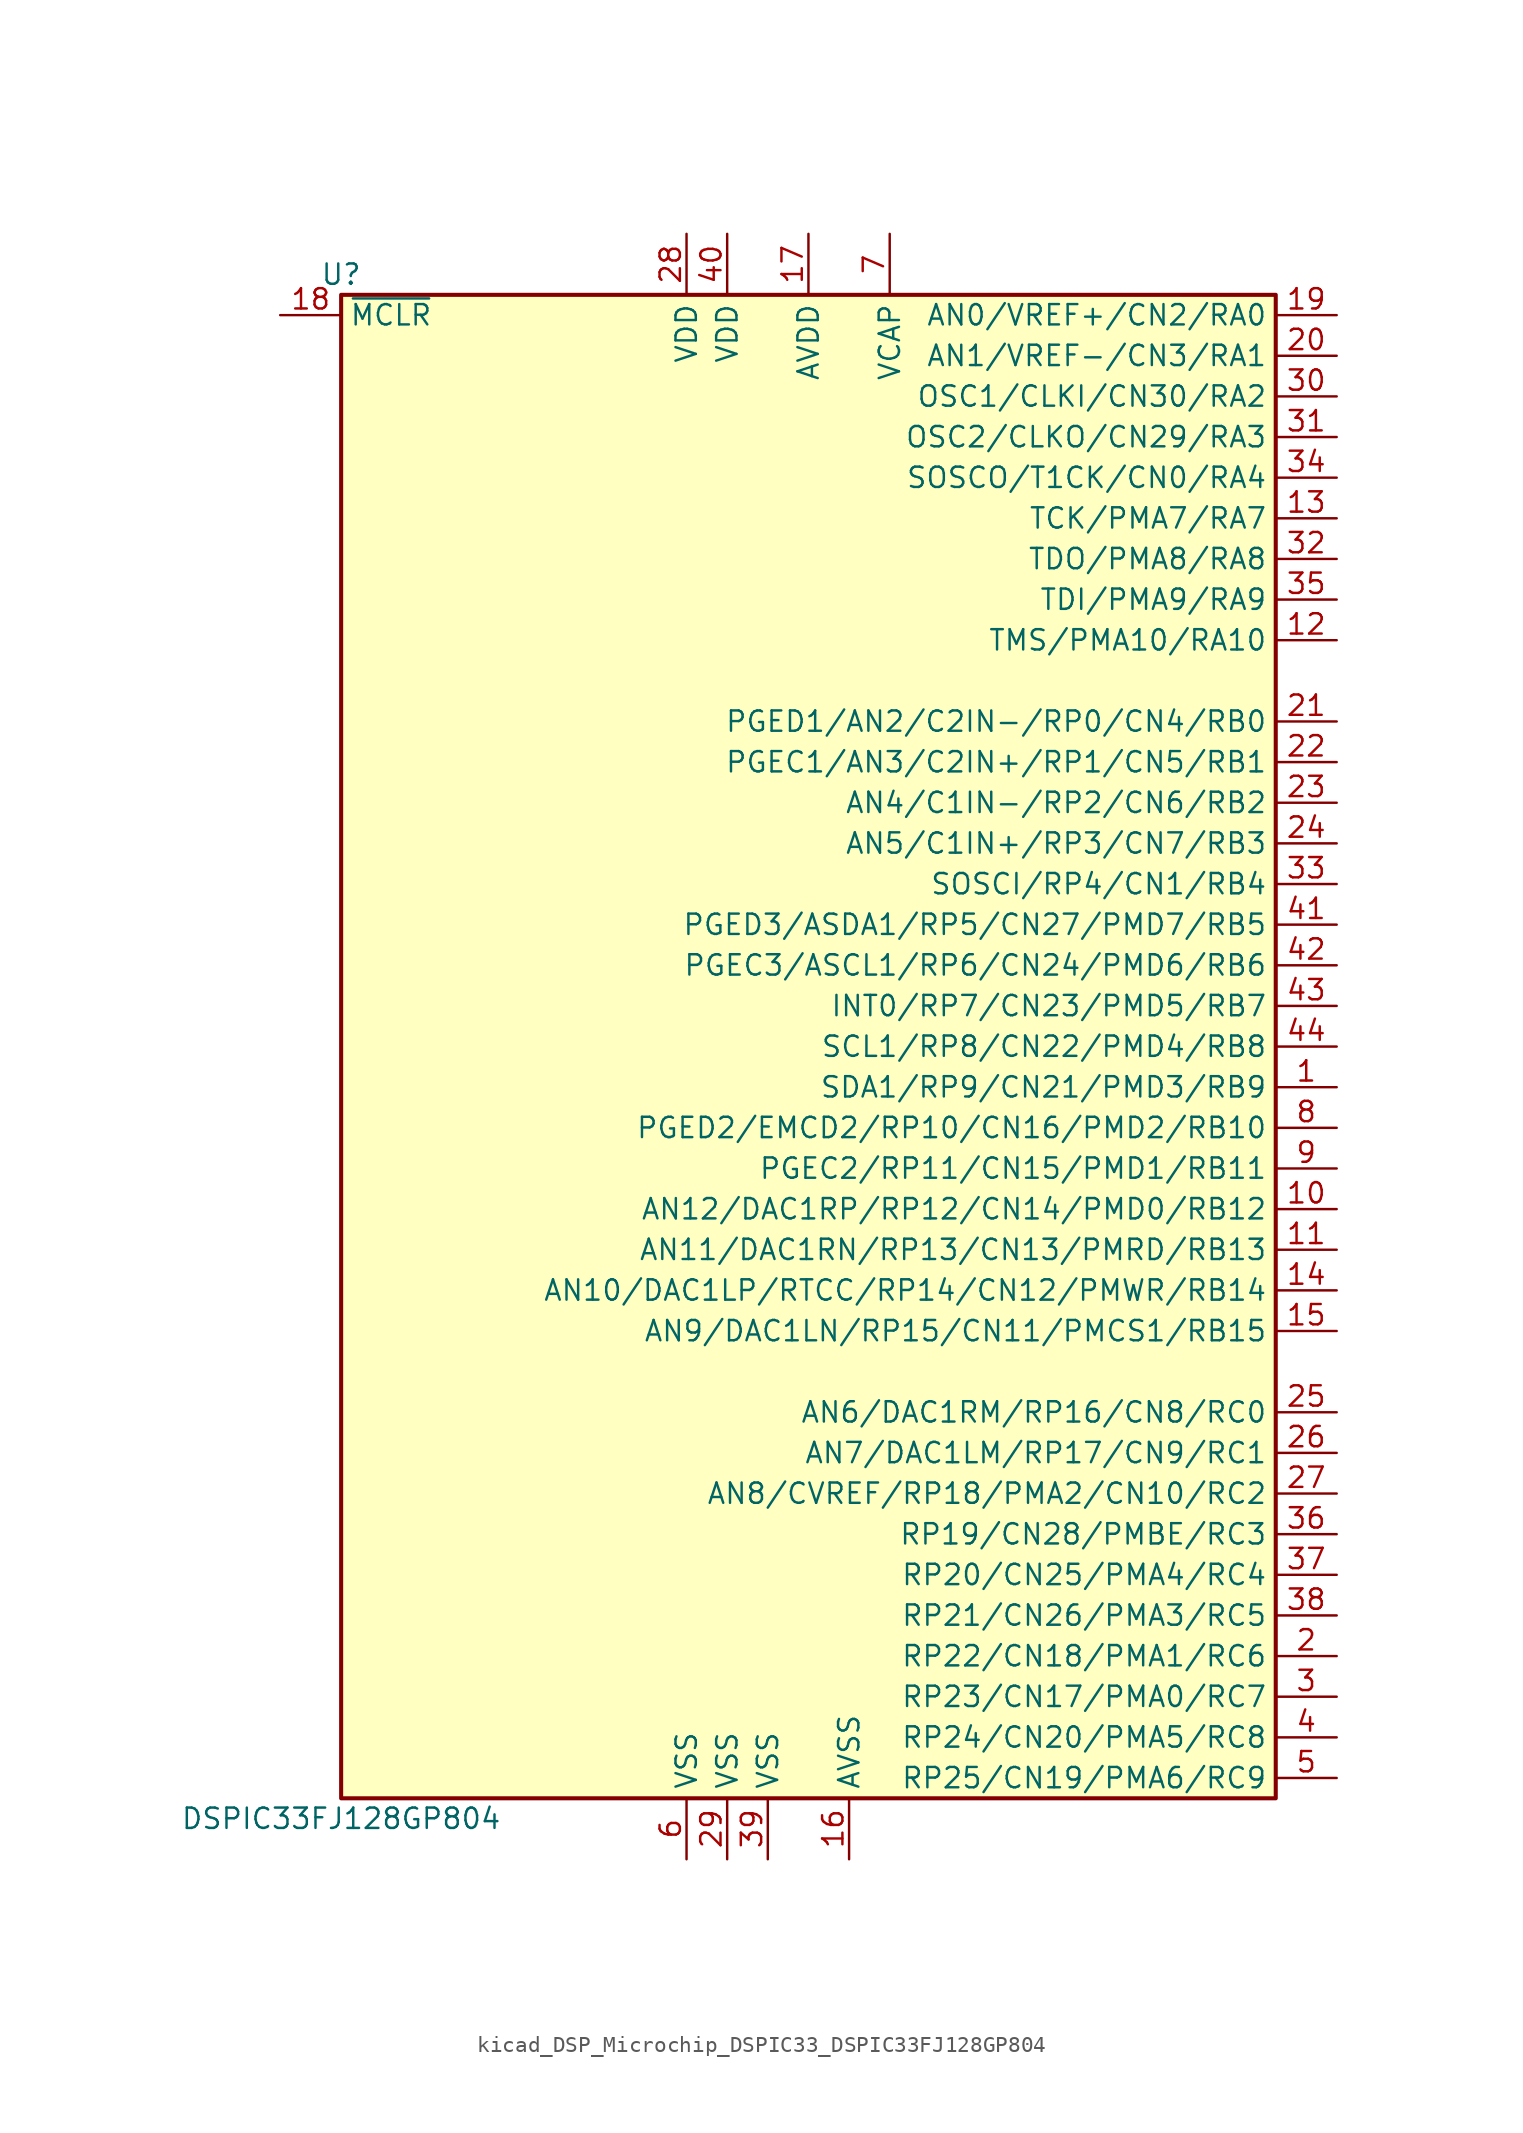
<source format=kicad_sym>
(kicad_symbol_lib
  (version 20220914)
  (generator kicad_symbol_editor)
  (symbol "kicad_DSP_Microchip_DSPIC33_DSPIC33FJ128GP804"
    (property "Reference" "U"
      (at -29.21 48.26 0)
      (effects (font (size 1.27 1.27))))
    (property "Value" "DSPIC33FJ128GP804"
      (at -29.21 -48.26 0)
      (effects (font (size 1.27 1.27))))
    (symbol "kicad_DSP_Microchip_DSPIC33_DSPIC33FJ128GP804_1_1"
      (rectangle (start -29.21 46.99) (end 29.21 -46.99) (stroke (width 0.254) (type default)) (fill (type background)))
      (pin bidirectional line (at 33.02 -2.54 180) (length 3.81) (name "SDA1/RP9/CN21/PMD3/RB9" (effects (font (size 1.27 1.27)))) (number "1" (effects (font (size 1.27 1.27)))))
      (pin bidirectional line (at 33.02 -10.16 180) (length 3.81) (name "AN12/DAC1RP/RP12/CN14/PMD0/RB12" (effects (font (size 1.27 1.27)))) (number "10" (effects (font (size 1.27 1.27)))))
      (pin bidirectional line (at 33.02 -12.7 180) (length 3.81) (name "AN11/DAC1RN/RP13/CN13/PMRD/RB13" (effects (font (size 1.27 1.27)))) (number "11" (effects (font (size 1.27 1.27)))))
      (pin bidirectional line (at 33.02 25.4 180) (length 3.81) (name "TMS/PMA10/RA10" (effects (font (size 1.27 1.27)))) (number "12" (effects (font (size 1.27 1.27)))))
      (pin bidirectional line (at 33.02 33.02 180) (length 3.81) (name "TCK/PMA7/RA7" (effects (font (size 1.27 1.27)))) (number "13" (effects (font (size 1.27 1.27)))))
      (pin bidirectional line (at 33.02 -15.24 180) (length 3.81) (name "AN10/DAC1LP/RTCC/RP14/CN12/PMWR/RB14" (effects (font (size 1.27 1.27)))) (number "14" (effects (font (size 1.27 1.27)))))
      (pin bidirectional line (at 33.02 -17.78 180) (length 3.81) (name "AN9/DAC1LN/RP15/CN11/PMCS1/RB15" (effects (font (size 1.27 1.27)))) (number "15" (effects (font (size 1.27 1.27)))))
      (pin power_in line (at 2.54 -50.8 90) (length 3.81) (name "AVSS" (effects (font (size 1.27 1.27)))) (number "16" (effects (font (size 1.27 1.27)))))
      (pin power_in line (at 0 50.8 270) (length 3.81) (name "AVDD" (effects (font (size 1.27 1.27)))) (number "17" (effects (font (size 1.27 1.27)))))
      (pin input line (at -33.02 45.72 0) (length 3.81) (name "~{MCLR}" (effects (font (size 1.27 1.27)))) (number "18" (effects (font (size 1.27 1.27)))))
      (pin bidirectional line (at 33.02 45.72 180) (length 3.81) (name "AN0/VREF+/CN2/RA0" (effects (font (size 1.27 1.27)))) (number "19" (effects (font (size 1.27 1.27)))))
      (pin bidirectional line (at 33.02 -38.1 180) (length 3.81) (name "RP22/CN18/PMA1/RC6" (effects (font (size 1.27 1.27)))) (number "2" (effects (font (size 1.27 1.27)))))
      (pin bidirectional line (at 33.02 43.18 180) (length 3.81) (name "AN1/VREF-/CN3/RA1" (effects (font (size 1.27 1.27)))) (number "20" (effects (font (size 1.27 1.27)))))
      (pin bidirectional line (at 33.02 20.32 180) (length 3.81) (name "PGED1/AN2/C2IN-/RP0/CN4/RB0" (effects (font (size 1.27 1.27)))) (number "21" (effects (font (size 1.27 1.27)))))
      (pin bidirectional line (at 33.02 17.78 180) (length 3.81) (name "PGEC1/AN3/C2IN+/RP1/CN5/RB1" (effects (font (size 1.27 1.27)))) (number "22" (effects (font (size 1.27 1.27)))))
      (pin bidirectional line (at 33.02 15.24 180) (length 3.81) (name "AN4/C1IN-/RP2/CN6/RB2" (effects (font (size 1.27 1.27)))) (number "23" (effects (font (size 1.27 1.27)))))
      (pin bidirectional line (at 33.02 12.7 180) (length 3.81) (name "AN5/C1IN+/RP3/CN7/RB3" (effects (font (size 1.27 1.27)))) (number "24" (effects (font (size 1.27 1.27)))))
      (pin bidirectional line (at 33.02 -22.86 180) (length 3.81) (name "AN6/DAC1RM/RP16/CN8/RC0" (effects (font (size 1.27 1.27)))) (number "25" (effects (font (size 1.27 1.27)))))
      (pin bidirectional line (at 33.02 -25.4 180) (length 3.81) (name "AN7/DAC1LM/RP17/CN9/RC1" (effects (font (size 1.27 1.27)))) (number "26" (effects (font (size 1.27 1.27)))))
      (pin bidirectional line (at 33.02 -27.94 180) (length 3.81) (name "AN8/CVREF/RP18/PMA2/CN10/RC2" (effects (font (size 1.27 1.27)))) (number "27" (effects (font (size 1.27 1.27)))))
      (pin power_in line (at -7.62 50.8 270) (length 3.81) (name "VDD" (effects (font (size 1.27 1.27)))) (number "28" (effects (font (size 1.27 1.27)))))
      (pin power_in line (at -5.08 -50.8 90) (length 3.81) (name "VSS" (effects (font (size 1.27 1.27)))) (number "29" (effects (font (size 1.27 1.27)))))
      (pin bidirectional line (at 33.02 -40.64 180) (length 3.81) (name "RP23/CN17/PMA0/RC7" (effects (font (size 1.27 1.27)))) (number "3" (effects (font (size 1.27 1.27)))))
      (pin input line (at 33.02 40.64 180) (length 3.81) (name "OSC1/CLKI/CN30/RA2" (effects (font (size 1.27 1.27)))) (number "30" (effects (font (size 1.27 1.27)))))
      (pin input line (at 33.02 38.1 180) (length 3.81) (name "OSC2/CLKO/CN29/RA3" (effects (font (size 1.27 1.27)))) (number "31" (effects (font (size 1.27 1.27)))))
      (pin input line (at 33.02 30.48 180) (length 3.81) (name "TDO/PMA8/RA8" (effects (font (size 1.27 1.27)))) (number "32" (effects (font (size 1.27 1.27)))))
      (pin input line (at 33.02 10.16 180) (length 3.81) (name "SOSCI/RP4/CN1/RB4" (effects (font (size 1.27 1.27)))) (number "33" (effects (font (size 1.27 1.27)))))
      (pin input line (at 33.02 35.56 180) (length 3.81) (name "SOSCO/T1CK/CN0/RA4" (effects (font (size 1.27 1.27)))) (number "34" (effects (font (size 1.27 1.27)))))
      (pin input line (at 33.02 27.94 180) (length 3.81) (name "TDI/PMA9/RA9" (effects (font (size 1.27 1.27)))) (number "35" (effects (font (size 1.27 1.27)))))
      (pin input line (at 33.02 -30.48 180) (length 3.81) (name "RP19/CN28/PMBE/RC3" (effects (font (size 1.27 1.27)))) (number "36" (effects (font (size 1.27 1.27)))))
      (pin input line (at 33.02 -33.02 180) (length 3.81) (name "RP20/CN25/PMA4/RC4" (effects (font (size 1.27 1.27)))) (number "37" (effects (font (size 1.27 1.27)))))
      (pin input line (at 33.02 -35.56 180) (length 3.81) (name "RP21/CN26/PMA3/RC5" (effects (font (size 1.27 1.27)))) (number "38" (effects (font (size 1.27 1.27)))))
      (pin power_in line (at -2.54 -50.8 90) (length 3.81) (name "VSS" (effects (font (size 1.27 1.27)))) (number "39" (effects (font (size 1.27 1.27)))))
      (pin bidirectional line (at 33.02 -43.18 180) (length 3.81) (name "RP24/CN20/PMA5/RC8" (effects (font (size 1.27 1.27)))) (number "4" (effects (font (size 1.27 1.27)))))
      (pin power_in line (at -5.08 50.8 270) (length 3.81) (name "VDD" (effects (font (size 1.27 1.27)))) (number "40" (effects (font (size 1.27 1.27)))))
      (pin input line (at 33.02 7.62 180) (length 3.81) (name "PGED3/ASDA1/RP5/CN27/PMD7/RB5" (effects (font (size 1.27 1.27)))) (number "41" (effects (font (size 1.27 1.27)))))
      (pin input line (at 33.02 5.08 180) (length 3.81) (name "PGEC3/ASCL1/RP6/CN24/PMD6/RB6" (effects (font (size 1.27 1.27)))) (number "42" (effects (font (size 1.27 1.27)))))
      (pin input line (at 33.02 2.54 180) (length 3.81) (name "INT0/RP7/CN23/PMD5/RB7" (effects (font (size 1.27 1.27)))) (number "43" (effects (font (size 1.27 1.27)))))
      (pin input line (at 33.02 0 180) (length 3.81) (name "SCL1/RP8/CN22/PMD4/RB8" (effects (font (size 1.27 1.27)))) (number "44" (effects (font (size 1.27 1.27)))))
      (pin bidirectional line (at 33.02 -45.72 180) (length 3.81) (name "RP25/CN19/PMA6/RC9" (effects (font (size 1.27 1.27)))) (number "5" (effects (font (size 1.27 1.27)))))
      (pin power_in line (at -7.62 -50.8 90) (length 3.81) (name "VSS" (effects (font (size 1.27 1.27)))) (number "6" (effects (font (size 1.27 1.27)))))
      (pin power_in line (at 5.08 50.8 270) (length 3.81) (name "VCAP" (effects (font (size 1.27 1.27)))) (number "7" (effects (font (size 1.27 1.27)))))
      (pin bidirectional line (at 33.02 -5.08 180) (length 3.81) (name "PGED2/EMCD2/RP10/CN16/PMD2/RB10" (effects (font (size 1.27 1.27)))) (number "8" (effects (font (size 1.27 1.27)))))
      (pin bidirectional line (at 33.02 -7.62 180) (length 3.81) (name "PGEC2/RP11/CN15/PMD1/RB11" (effects (font (size 1.27 1.27)))) (number "9" (effects (font (size 1.27 1.27))))))))
</source>
